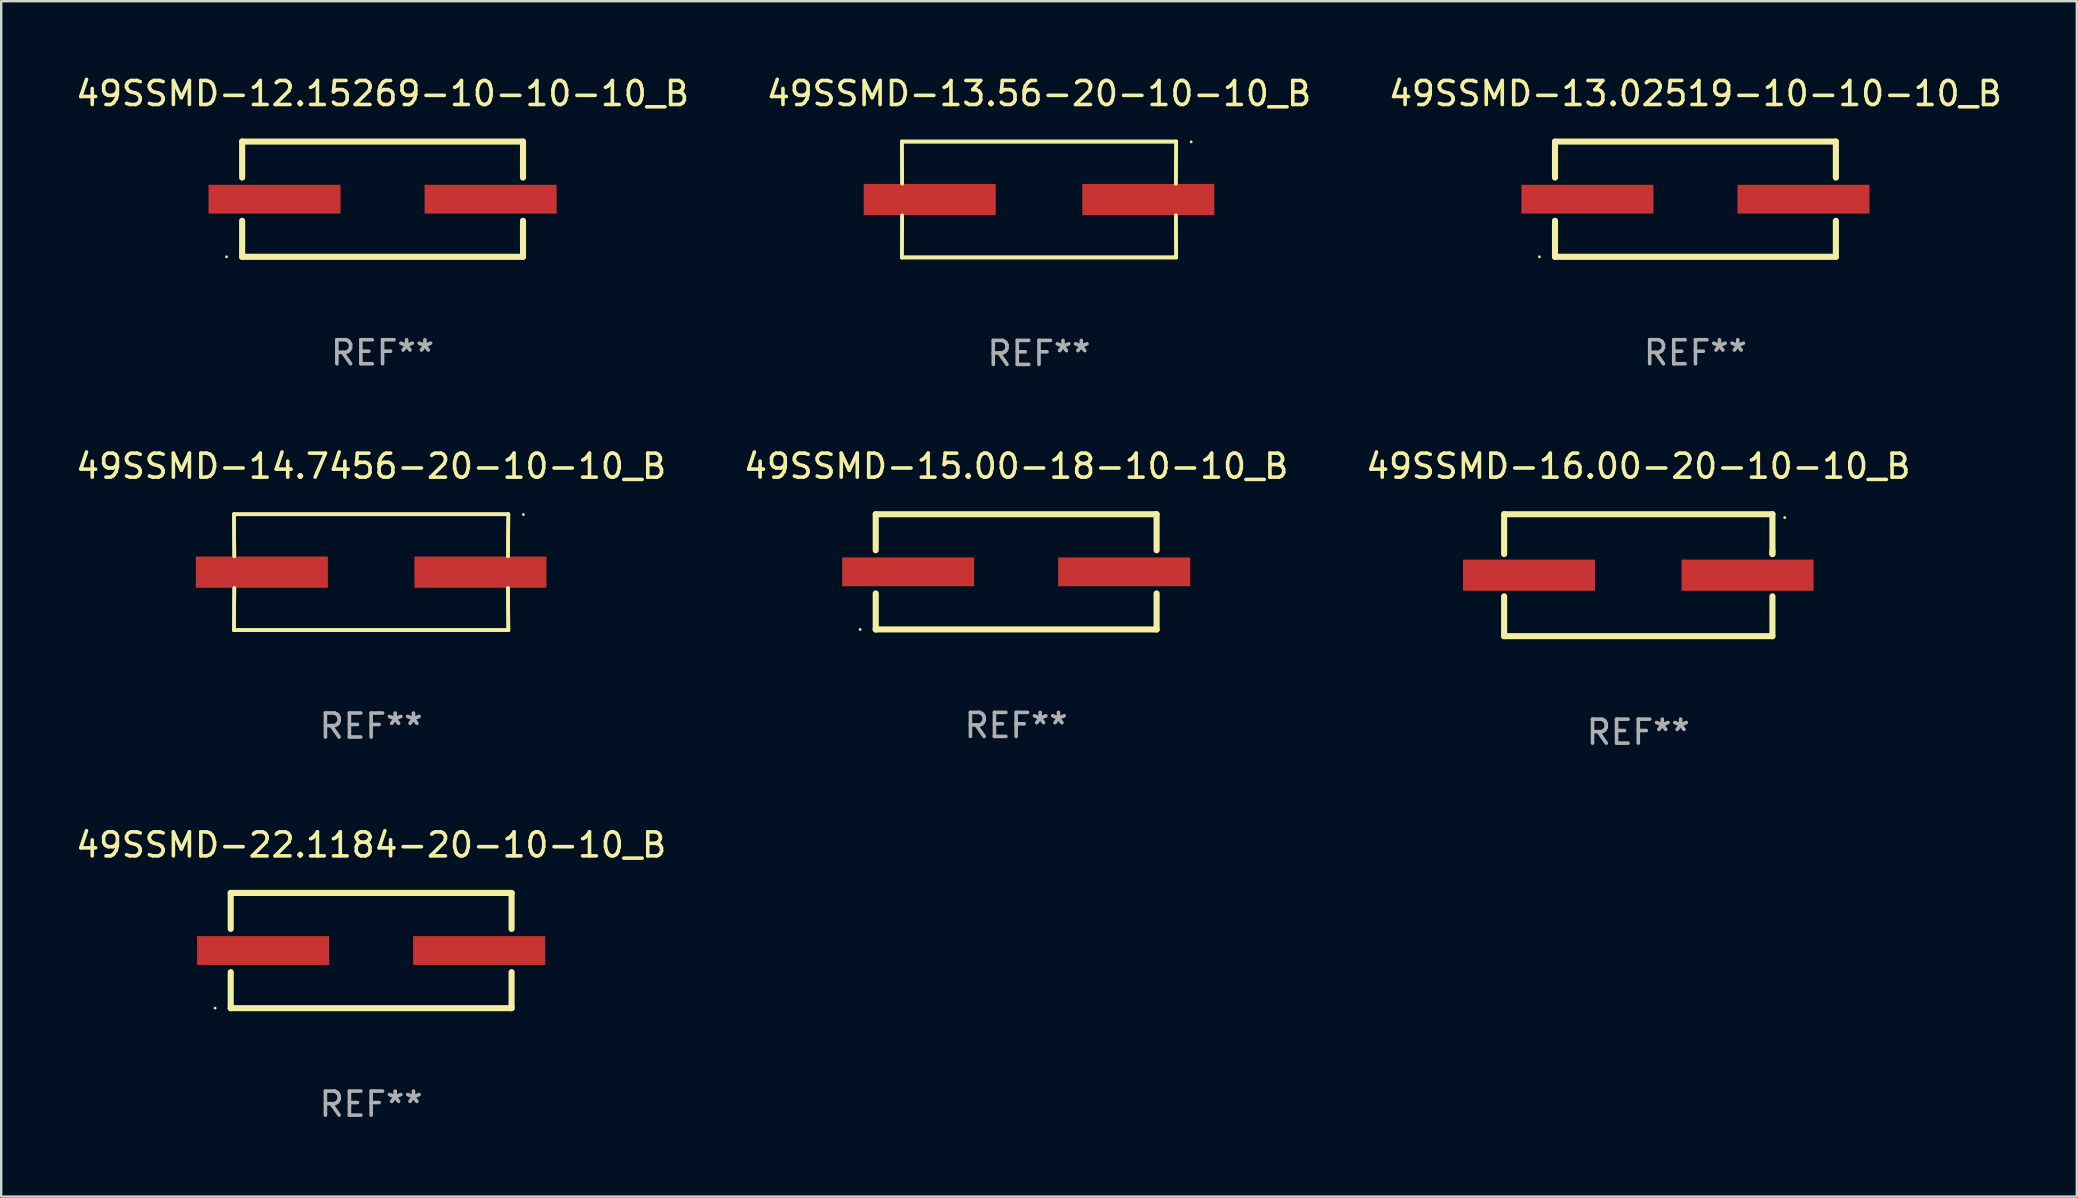
<source format=kicad_pcb>
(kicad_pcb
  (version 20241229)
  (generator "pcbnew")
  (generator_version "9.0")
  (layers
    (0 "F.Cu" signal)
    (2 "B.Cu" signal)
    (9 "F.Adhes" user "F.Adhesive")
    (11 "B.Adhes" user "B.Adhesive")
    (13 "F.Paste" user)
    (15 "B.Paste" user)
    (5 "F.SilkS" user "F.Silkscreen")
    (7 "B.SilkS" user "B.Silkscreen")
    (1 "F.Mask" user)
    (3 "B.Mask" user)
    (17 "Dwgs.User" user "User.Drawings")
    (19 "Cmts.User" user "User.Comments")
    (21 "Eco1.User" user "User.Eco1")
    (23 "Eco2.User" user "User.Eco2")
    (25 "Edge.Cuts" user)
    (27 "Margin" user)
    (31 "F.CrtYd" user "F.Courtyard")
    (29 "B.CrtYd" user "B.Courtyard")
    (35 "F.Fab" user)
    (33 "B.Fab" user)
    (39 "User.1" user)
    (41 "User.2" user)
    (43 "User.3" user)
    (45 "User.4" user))
  (footprint "49SSMD-12.15269-10-10-10_B"
    (layer "F.Cu")
    (at 12.887 5.248)
    (property "Reference" "49SSMD-12.15269-10-10-10_B" (at 0 -4.4 0) (layer "F.SilkS") (effects (font (size 1 1) (thickness 0.15))))
    (attr through_hole)
    (fp_line (start -5.85 -2.4) (end 5.85 -2.4) (stroke (width 0.254) (type solid)) (layer "F.SilkS"))
    (fp_line (start -5.85 -2.4) (end -5.85 -0.9) (stroke (width 0.254) (type solid)) (layer "F.SilkS"))
    (fp_line (start -5.85 2.4) (end 5.85 2.4) (stroke (width 0.254) (type solid)) (layer "F.SilkS"))
    (fp_line (start -5.85 0.9) (end -5.85 2.4) (stroke (width 0.254) (type solid)) (layer "F.SilkS"))
    (fp_line (start 5.85 -2.4) (end 5.85 -0.9) (stroke (width 0.254) (type solid)) (layer "F.SilkS"))
    (fp_line (start 5.85 0.9) (end 5.85 2.4) (stroke (width 0.254) (type solid)) (layer "F.SilkS"))
    (fp_circle (center -6.5 2.4) (end -6.47 2.4) (stroke (width 0.06) (type solid)) (fill no) (layer "F.SilkS"))
    (fp_text user "REF**" (at 0 6.4 0) (layer "F.Fab") (effects (font (size 1 1) (thickness 0.15))))
    (pad "1" smd rect (at -4.5 -0.000025) (size 5.5 1.2) (layers "F.Cu" "F.Mask" "F.Paste"))
    (pad "2" smd rect (at 4.5 -0.000025) (size 5.5 1.2) (layers "F.Cu" "F.Mask" "F.Paste")))
  (footprint "49SSMD-16.00-20-10-10_B"
    (layer "F.Cu")
    (at 65.196 20.911)
    (property "Reference" "49SSMD-16.00-20-10-10_B" (at 0 -4.54 0) (layer "F.SilkS") (effects (font (size 1 1) (thickness 0.15))))
    (attr through_hole)
    (fp_line (start -5.588 -2.54) (end -5.588 -0.881) (stroke (width 0.254) (type solid)) (layer "F.SilkS"))
    (fp_line (start -5.588 0.881) (end -5.588 2.54) (stroke (width 0.254) (type solid)) (layer "F.SilkS"))
    (fp_line (start -5.588 2.54) (end 5.588 2.54) (stroke (width 0.254) (type solid)) (layer "F.SilkS"))
    (fp_line (start 5.588 -2.54) (end -5.588 -2.54) (stroke (width 0.254) (type solid)) (layer "F.SilkS"))
    (fp_line (start 5.588 -0.881) (end 5.588 -2.54) (stroke (width 0.254) (type solid)) (layer "F.SilkS"))
    (fp_line (start 5.588 -0.881) (end 5.588 -1.016) (stroke (width 0.254) (type solid)) (layer "F.SilkS"))
    (fp_line (start 5.588 2.54) (end 5.588 0.881) (stroke (width 0.254) (type solid)) (layer "F.SilkS"))
    (fp_circle (center 6.1 -2.4) (end 6.13 -2.4) (stroke (width 0.06) (type solid)) (fill no) (layer "F.SilkS"))
    (fp_text user "REF**" (at 0 6.54 0) (layer "F.Fab") (effects (font (size 1 1) (thickness 0.15))))
    (pad "1" smd rect (at 4.553 -0.000051) (size 5.5 1.3) (layers "F.Cu" "F.Mask" "F.Paste"))
    (pad "2" smd rect (at -4.553 -0.000051) (size 5.5 1.3) (layers "F.Cu" "F.Mask" "F.Paste")))
  (footprint "49SSMD-13.56-20-10-10_B"
    (layer "F.Cu")
    (at 40.232 5.261)
    (property "Reference" "49SSMD-13.56-20-10-10_B" (at 0 -4.413 0) (layer "F.SilkS") (effects (font (size 1 1) (thickness 0.15))))
    (attr through_hole)
    (fp_line (start -5.715 -2.413) (end -5.7 -0.662) (stroke (width 0.152) (type solid)) (layer "F.SilkS"))
    (fp_line (start -5.715 -2.413) (end -5.7 -0.662) (stroke (width 0.152) (type solid)) (layer "F.SilkS"))
    (fp_line (start -5.715 2.413) (end 5.715 2.413) (stroke (width 0.152) (type solid)) (layer "F.SilkS"))
    (fp_line (start -5.715 2.413) (end 5.715 2.413) (stroke (width 0.152) (type solid)) (layer "F.SilkS"))
    (fp_line (start -5.7 0.662) (end -5.715 2.413) (stroke (width 0.152) (type solid)) (layer "F.SilkS"))
    (fp_line (start -5.7 0.662) (end -5.715 2.413) (stroke (width 0.152) (type solid)) (layer "F.SilkS"))
    (fp_line (start 5.7 -0.662) (end 5.715 -2.413) (stroke (width 0.152) (type solid)) (layer "F.SilkS"))
    (fp_line (start 5.7 -0.662) (end 5.715 -2.413) (stroke (width 0.152) (type solid)) (layer "F.SilkS"))
    (fp_line (start 5.715 -2.413) (end -5.715 -2.413) (stroke (width 0.152) (type solid)) (layer "F.SilkS"))
    (fp_line (start 5.715 -2.413) (end -5.715 -2.413) (stroke (width 0.152) (type solid)) (layer "F.SilkS"))
    (fp_line (start 5.715 2.413) (end 5.7 0.662) (stroke (width 0.152) (type solid)) (layer "F.SilkS"))
    (fp_line (start 5.715 2.413) (end 5.7 0.662) (stroke (width 0.152) (type solid)) (layer "F.SilkS"))
    (fp_circle (center 6.34 -2.4) (end 6.37 -2.4) (stroke (width 0.06) (type solid)) (fill no) (layer "F.SilkS"))
    (fp_text user "REF**" (at 0 6.413 0) (layer "F.Fab") (effects (font (size 1 1) (thickness 0.15))))
    (pad "1" smd rect (at 4.553 0) (size 5.5 1.3) (layers "F.Cu" "F.Mask" "F.Paste"))
    (pad "2" smd rect (at -4.553 0) (size 5.5 1.3) (layers "F.Cu" "F.Mask" "F.Paste")))
  (footprint "49SSMD-14.7456-20-10-10_B"
    (layer "F.Cu")
    (at 12.411 20.784)
    (property "Reference" "49SSMD-14.7456-20-10-10_B" (at 0 -4.413 0) (layer "F.SilkS") (effects (font (size 1 1) (thickness 0.15))))
    (attr through_hole)
    (fp_line (start -5.715 -2.413) (end -5.7 -0.662) (stroke (width 0.152) (type solid)) (layer "F.SilkS"))
    (fp_line (start -5.715 -2.413) (end -5.7 -0.662) (stroke (width 0.152) (type solid)) (layer "F.SilkS"))
    (fp_line (start -5.715 2.413) (end 5.715 2.413) (stroke (width 0.152) (type solid)) (layer "F.SilkS"))
    (fp_line (start -5.715 2.413) (end 5.715 2.413) (stroke (width 0.152) (type solid)) (layer "F.SilkS"))
    (fp_line (start -5.7 0.662) (end -5.715 2.413) (stroke (width 0.152) (type solid)) (layer "F.SilkS"))
    (fp_line (start -5.7 0.662) (end -5.715 2.413) (stroke (width 0.152) (type solid)) (layer "F.SilkS"))
    (fp_line (start 5.7 -0.662) (end 5.715 -2.413) (stroke (width 0.152) (type solid)) (layer "F.SilkS"))
    (fp_line (start 5.7 -0.662) (end 5.715 -2.413) (stroke (width 0.152) (type solid)) (layer "F.SilkS"))
    (fp_line (start 5.715 -2.413) (end -5.715 -2.413) (stroke (width 0.152) (type solid)) (layer "F.SilkS"))
    (fp_line (start 5.715 -2.413) (end -5.715 -2.413) (stroke (width 0.152) (type solid)) (layer "F.SilkS"))
    (fp_line (start 5.715 2.413) (end 5.7 0.662) (stroke (width 0.152) (type solid)) (layer "F.SilkS"))
    (fp_line (start 5.715 2.413) (end 5.7 0.662) (stroke (width 0.152) (type solid)) (layer "F.SilkS"))
    (fp_circle (center 6.34 -2.4) (end 6.37 -2.4) (stroke (width 0.06) (type solid)) (fill no) (layer "F.SilkS"))
    (fp_text user "REF**" (at 0 6.413 0) (layer "F.Fab") (effects (font (size 1 1) (thickness 0.15))))
    (pad "1" smd rect (at 4.553 0) (size 5.5 1.3) (layers "F.Cu" "F.Mask" "F.Paste"))
    (pad "2" smd rect (at -4.553 0) (size 5.5 1.3) (layers "F.Cu" "F.Mask" "F.Paste")))
  (footprint "49SSMD-22.1184-20-10-10_B"
    (layer "F.Cu")
    (at 12.411 36.547)
    (property "Reference" "49SSMD-22.1184-20-10-10_B" (at 0 -4.4 0) (layer "F.SilkS") (effects (font (size 1 1) (thickness 0.15))))
    (attr through_hole)
    (fp_line (start -5.85 -2.4) (end 5.85 -2.4) (stroke (width 0.254) (type solid)) (layer "F.SilkS"))
    (fp_line (start -5.85 -2.4) (end -5.85 -0.9) (stroke (width 0.254) (type solid)) (layer "F.SilkS"))
    (fp_line (start -5.85 2.4) (end 5.85 2.4) (stroke (width 0.254) (type solid)) (layer "F.SilkS"))
    (fp_line (start -5.85 0.9) (end -5.85 2.4) (stroke (width 0.254) (type solid)) (layer "F.SilkS"))
    (fp_line (start 5.85 -2.4) (end 5.85 -0.9) (stroke (width 0.254) (type solid)) (layer "F.SilkS"))
    (fp_line (start 5.85 0.9) (end 5.85 2.4) (stroke (width 0.254) (type solid)) (layer "F.SilkS"))
    (fp_circle (center -6.5 2.4) (end -6.47 2.4) (stroke (width 0.06) (type solid)) (fill no) (layer "F.SilkS"))
    (fp_text user "REF**" (at 0 6.4 0) (layer "F.Fab") (effects (font (size 1 1) (thickness 0.15))))
    (pad "1" smd rect (at -4.5 -0.000025) (size 5.5 1.2) (layers "F.Cu" "F.Mask" "F.Paste"))
    (pad "2" smd rect (at 4.5 -0.000025) (size 5.5 1.2) (layers "F.Cu" "F.Mask" "F.Paste")))
  (footprint "49SSMD-15.00-18-10-10_B"
    (layer "F.Cu")
    (at 39.28 20.771)
    (property "Reference" "49SSMD-15.00-18-10-10_B" (at 0 -4.4 0) (layer "F.SilkS") (effects (font (size 1 1) (thickness 0.15))))
    (attr through_hole)
    (fp_line (start -5.85 -2.4) (end 5.85 -2.4) (stroke (width 0.254) (type solid)) (layer "F.SilkS"))
    (fp_line (start -5.85 -2.4) (end -5.85 -0.9) (stroke (width 0.254) (type solid)) (layer "F.SilkS"))
    (fp_line (start -5.85 2.4) (end 5.85 2.4) (stroke (width 0.254) (type solid)) (layer "F.SilkS"))
    (fp_line (start -5.85 0.9) (end -5.85 2.4) (stroke (width 0.254) (type solid)) (layer "F.SilkS"))
    (fp_line (start 5.85 -2.4) (end 5.85 -0.9) (stroke (width 0.254) (type solid)) (layer "F.SilkS"))
    (fp_line (start 5.85 0.9) (end 5.85 2.4) (stroke (width 0.254) (type solid)) (layer "F.SilkS"))
    (fp_circle (center -6.5 2.4) (end -6.47 2.4) (stroke (width 0.06) (type solid)) (fill no) (layer "F.SilkS"))
    (fp_text user "REF**" (at 0 6.4 0) (layer "F.Fab") (effects (font (size 1 1) (thickness 0.15))))
    (pad "1" smd rect (at -4.5 -0.000025) (size 5.5 1.2) (layers "F.Cu" "F.Mask" "F.Paste"))
    (pad "2" smd rect (at 4.5 -0.000025) (size 5.5 1.2) (layers "F.Cu" "F.Mask" "F.Paste")))
  (footprint "49SSMD-13.02519-10-10-10_B"
    (layer "F.Cu")
    (at 67.577 5.248)
    (property "Reference" "49SSMD-13.02519-10-10-10_B" (at 0 -4.4 0) (layer "F.SilkS") (effects (font (size 1 1) (thickness 0.15))))
    (attr through_hole)
    (fp_line (start -5.85 -2.4) (end 5.85 -2.4) (stroke (width 0.254) (type solid)) (layer "F.SilkS"))
    (fp_line (start -5.85 -2.4) (end -5.85 -0.9) (stroke (width 0.254) (type solid)) (layer "F.SilkS"))
    (fp_line (start -5.85 2.4) (end 5.85 2.4) (stroke (width 0.254) (type solid)) (layer "F.SilkS"))
    (fp_line (start -5.85 0.9) (end -5.85 2.4) (stroke (width 0.254) (type solid)) (layer "F.SilkS"))
    (fp_line (start 5.85 -2.4) (end 5.85 -0.9) (stroke (width 0.254) (type solid)) (layer "F.SilkS"))
    (fp_line (start 5.85 0.9) (end 5.85 2.4) (stroke (width 0.254) (type solid)) (layer "F.SilkS"))
    (fp_circle (center -6.5 2.4) (end -6.47 2.4) (stroke (width 0.06) (type solid)) (fill no) (layer "F.SilkS"))
    (fp_text user "REF**" (at 0 6.4 0) (layer "F.Fab") (effects (font (size 1 1) (thickness 0.15))))
    (pad "1" smd rect (at -4.5 -0.000025) (size 5.5 1.2) (layers "F.Cu" "F.Mask" "F.Paste"))
    (pad "2" smd rect (at 4.5 -0.000025) (size 5.5 1.2) (layers "F.Cu" "F.Mask" "F.Paste")))
  (gr_rect
    (start -3 -3)
    (end 83.464 46.796)
    (stroke (width 0.1) (type default))
    (fill no)
    (layer "Edge.Cuts")))
</source>
